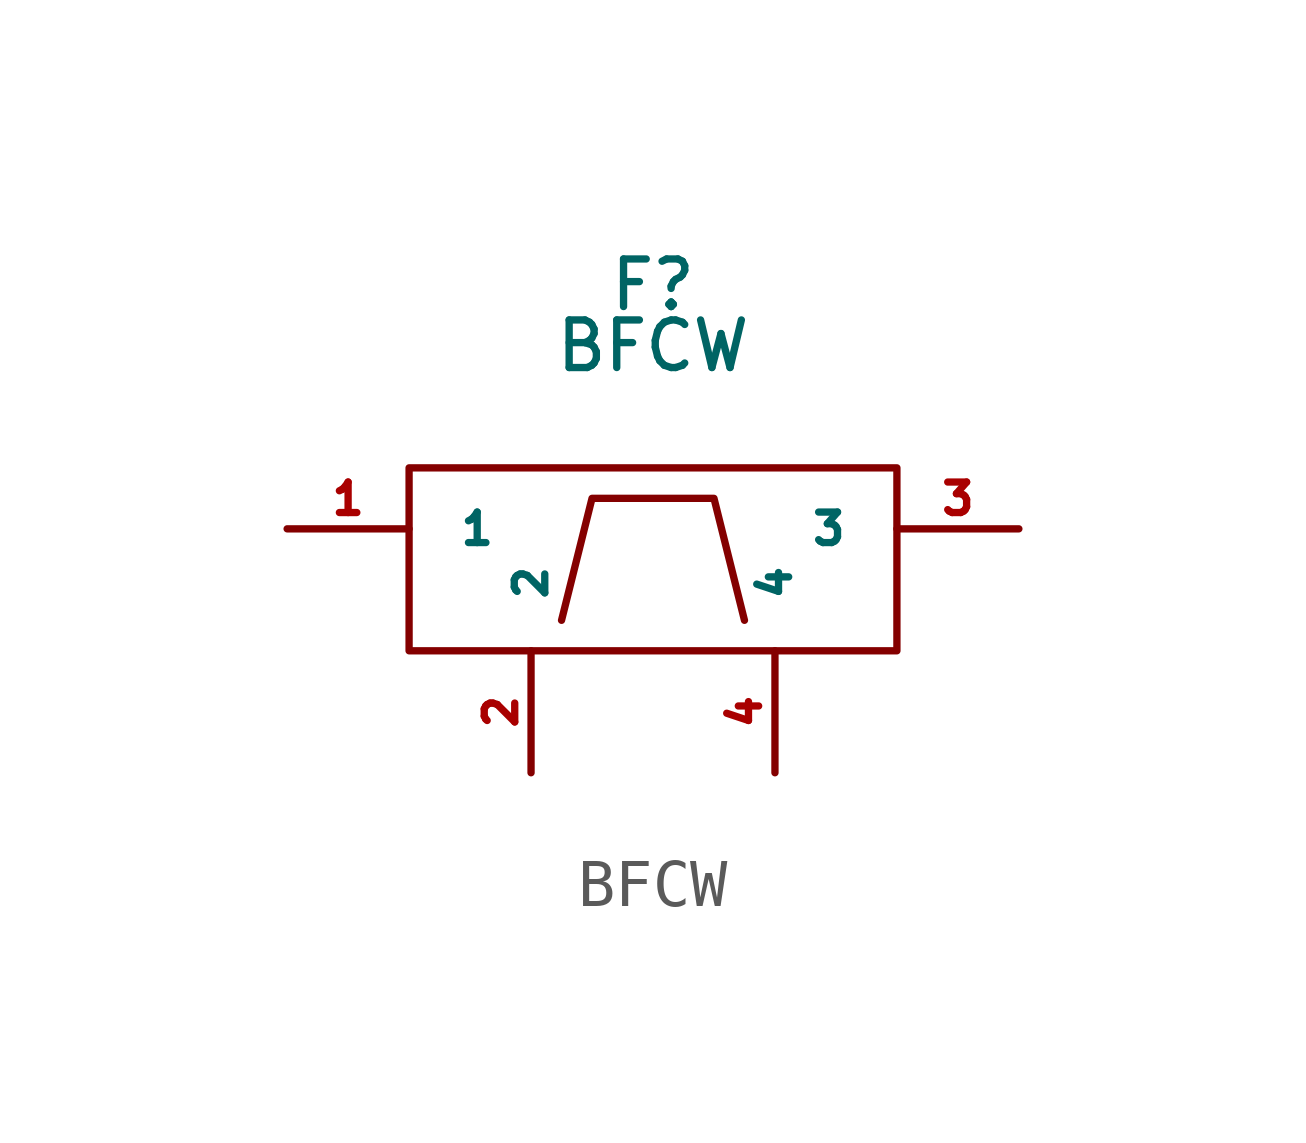
<source format=kicad_sym>
(kicad_symbol_lib
  (version 20241209)
  (generator "kicad_symbol_editor")
  (generator_version "9.0")
  (symbol "BFCW"
    (pin_names
      (offset 1.016))
    (property "Reference" "F"
      (at 0 5.08 0)
      (effects (font (size 0.991 0.991))))
    (property "Value" "BFCW"
      (at 0 3.81 0)
      (effects (font (size 0.991 0.991))))
    (symbol "BFCW_0_1"
      (rectangle (start -5.08 1.27) (end 5.08 -2.54) (stroke (width 0) (type solid)) (fill (type none)))
      (polyline (pts (xy -1.905 -1.905) (xy -1.27 0.635) (xy 1.27 0.635) (xy 1.905 -1.905)) (stroke (width 0) (type solid)) (fill (type none))))
    (symbol "BFCW_1_1"
      (pin passive line (at -7.62 0 0) (length 2.54) (name "1" (effects (font (size 0.635 0.635)))) (number "1" (effects (font (size 0.635 0.635)))))
      (pin passive line (at -2.54 -5.08 90) (length 2.54) (name "2" (effects (font (size 0.635 0.635)))) (number "2" (effects (font (size 0.635 0.635)))))
      (pin passive line (at 2.54 -5.08 90) (length 2.54) (name "4" (effects (font (size 0.635 0.635)))) (number "4" (effects (font (size 0.635 0.635)))))
      (pin passive line (at 7.62 0 180) (length 2.54) (name "3" (effects (font (size 0.635 0.635)))) (number "3" (effects (font (size 0.635 0.635))))))))
</source>
